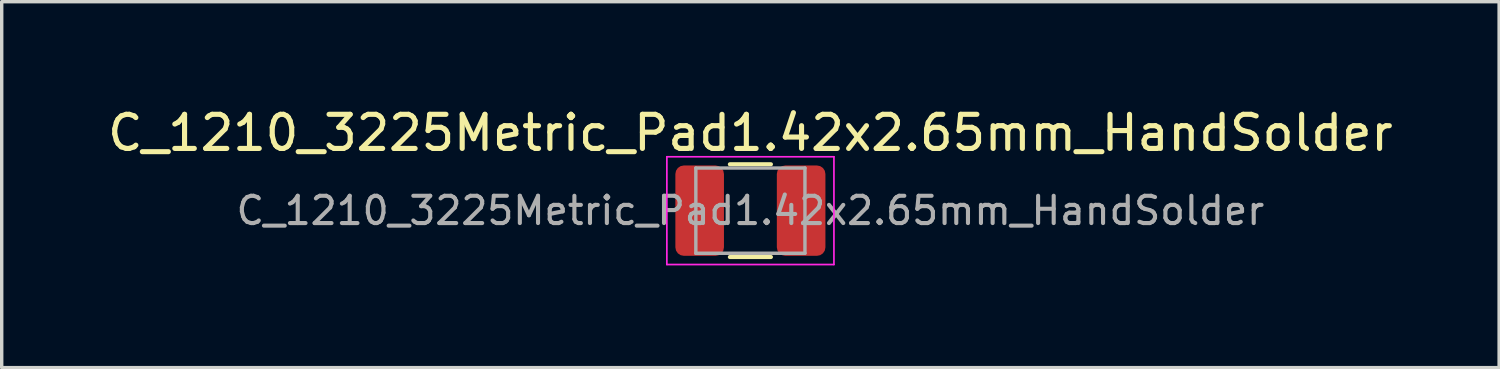
<source format=kicad_pcb>
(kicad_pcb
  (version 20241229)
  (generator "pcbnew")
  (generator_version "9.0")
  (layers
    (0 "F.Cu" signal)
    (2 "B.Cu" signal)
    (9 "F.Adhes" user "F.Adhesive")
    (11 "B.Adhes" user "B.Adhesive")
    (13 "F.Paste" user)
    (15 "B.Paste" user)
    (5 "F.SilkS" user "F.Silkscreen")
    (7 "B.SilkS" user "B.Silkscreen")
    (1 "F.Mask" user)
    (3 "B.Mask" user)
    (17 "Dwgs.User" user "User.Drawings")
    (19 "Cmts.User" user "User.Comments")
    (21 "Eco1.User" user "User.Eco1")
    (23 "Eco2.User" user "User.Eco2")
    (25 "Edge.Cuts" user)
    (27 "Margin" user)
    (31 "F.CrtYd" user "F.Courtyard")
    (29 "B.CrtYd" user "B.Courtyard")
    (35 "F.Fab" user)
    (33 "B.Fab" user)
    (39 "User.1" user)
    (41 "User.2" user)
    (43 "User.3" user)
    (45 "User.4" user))
  (footprint "C_1210_3225Metric_Pad1.42x2.65mm_HandSolder"
    (layer "F.Cu")
    (at 18.958 3.128)
    (property "Reference" "C_1210_3225Metric_Pad1.42x2.65mm_HandSolder" (at 0 -2.28 0) (layer "F.SilkS") (effects (font (size 1 1) (thickness 0.15))))
    (attr smd)
    (fp_line (start -0.602 -1.36) (end 0.602 -1.36) (stroke (width 0.12) (type solid)) (layer "F.SilkS"))
    (fp_line (start -0.602 1.36) (end 0.602 1.36) (stroke (width 0.12) (type solid)) (layer "F.SilkS"))
    (fp_line (start -2.45 -1.58) (end 2.45 -1.58) (stroke (width 0.05) (type solid)) (layer "F.CrtYd"))
    (fp_line (start -2.45 1.58) (end -2.45 -1.58) (stroke (width 0.05) (type solid)) (layer "F.CrtYd"))
    (fp_line (start 2.45 -1.58) (end 2.45 1.58) (stroke (width 0.05) (type solid)) (layer "F.CrtYd"))
    (fp_line (start 2.45 1.58) (end -2.45 1.58) (stroke (width 0.05) (type solid)) (layer "F.CrtYd"))
    (fp_line (start -1.6 -1.25) (end 1.6 -1.25) (stroke (width 0.1) (type solid)) (layer "F.Fab"))
    (fp_line (start -1.6 1.25) (end -1.6 -1.25) (stroke (width 0.1) (type solid)) (layer "F.Fab"))
    (fp_line (start 1.6 -1.25) (end 1.6 1.25) (stroke (width 0.1) (type solid)) (layer "F.Fab"))
    (fp_line (start 1.6 1.25) (end -1.6 1.25) (stroke (width 0.1) (type solid)) (layer "F.Fab"))
    (fp_text user "${REFERENCE}" (at 0 0 0) (layer "F.Fab") (effects (font (size 0.8 0.8) (thickness 0.12))))
    (pad "1" smd roundrect (at -1.488 0) (size 1.425 2.65) (layers "F.Cu" "F.Mask" "F.Paste") (roundrect_rratio 0.175))
    (pad "2" smd roundrect (at 1.488 0) (size 1.425 2.65) (layers "F.Cu" "F.Mask" "F.Paste") (roundrect_rratio 0.175)))
  (gr_rect
    (start -3 -3)
    (end 40.917 7.733)
    (stroke (width 0.1) (type default))
    (fill no)
    (layer "Edge.Cuts")))
</source>
